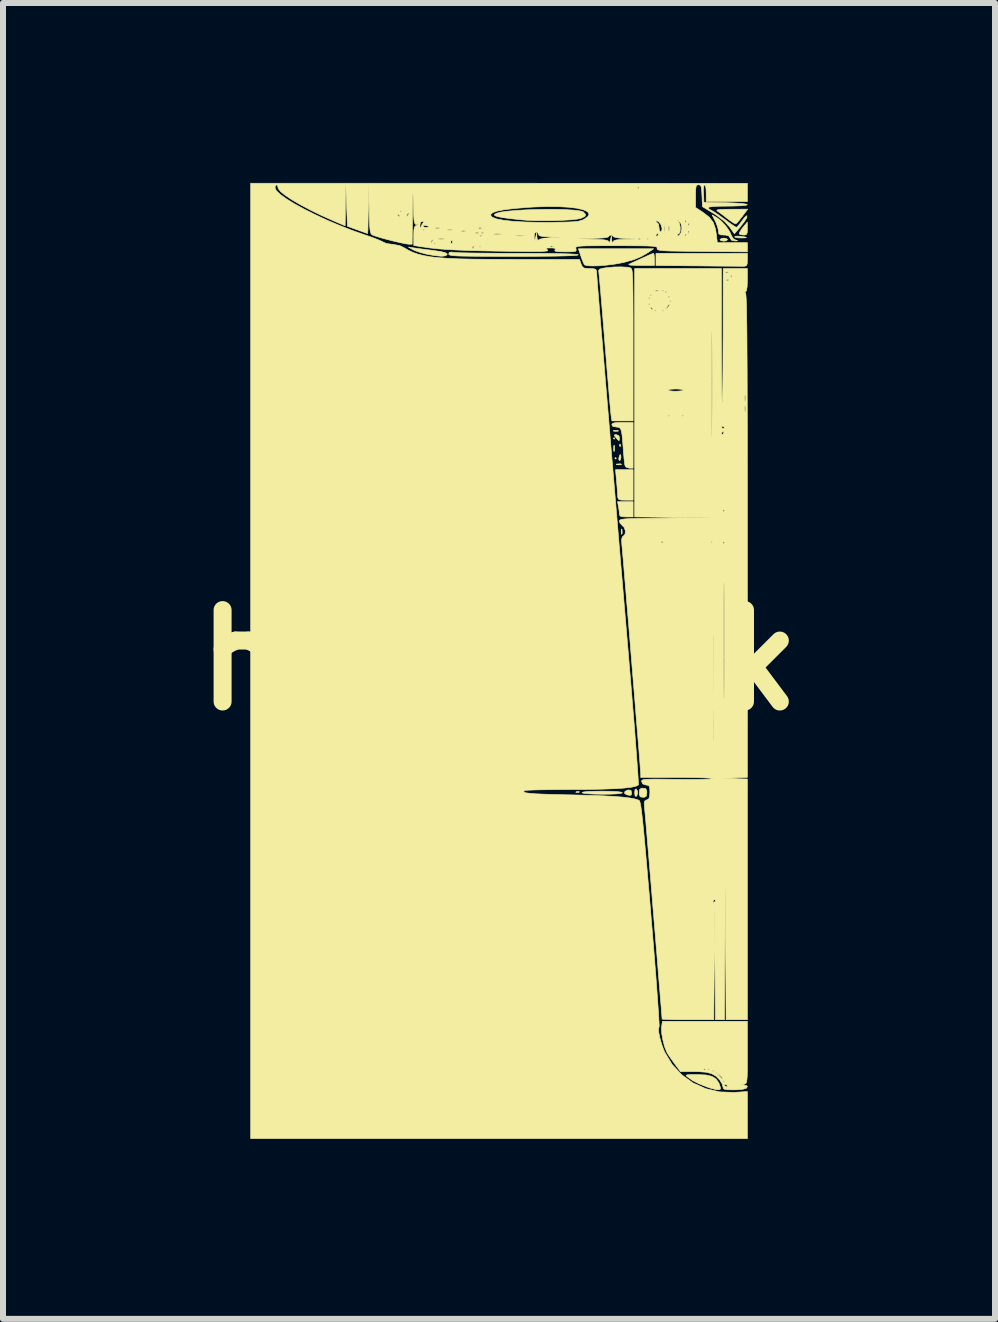
<source format=kicad_pcb>
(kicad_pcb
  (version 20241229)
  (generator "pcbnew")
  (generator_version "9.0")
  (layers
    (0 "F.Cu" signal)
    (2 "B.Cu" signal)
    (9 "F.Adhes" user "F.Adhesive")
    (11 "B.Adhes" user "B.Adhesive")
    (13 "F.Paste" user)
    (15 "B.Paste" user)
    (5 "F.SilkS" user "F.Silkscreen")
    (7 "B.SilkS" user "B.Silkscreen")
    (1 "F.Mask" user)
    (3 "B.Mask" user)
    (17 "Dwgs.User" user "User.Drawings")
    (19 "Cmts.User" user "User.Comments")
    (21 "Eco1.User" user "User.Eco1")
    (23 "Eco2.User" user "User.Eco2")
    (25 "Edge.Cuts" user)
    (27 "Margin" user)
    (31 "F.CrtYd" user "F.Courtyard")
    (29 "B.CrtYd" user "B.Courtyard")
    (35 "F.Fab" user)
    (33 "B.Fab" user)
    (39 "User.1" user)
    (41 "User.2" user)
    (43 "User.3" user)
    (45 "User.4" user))
  (footprint "hien_silk"
    (layer "F.Cu")
    (at 5.269 7.955)
    (property "Reference" "hien_silk" (at 0 0 0) (layer "F.SilkS") (effects (font (size 1.524 1.524) (thickness 0.3))))
    (attr through_hole)
    (fp_poly (pts (xy 1.93 -3.696) (xy 1.918 -3.683) (xy 1.905 -3.696) (xy 1.918 -3.708) (xy 1.93 -3.696)) (stroke (width 0.01) (type solid)) (fill yes) (layer "F.SilkS"))
    (fp_poly (pts (xy 1.956 -3.365) (xy 1.943 -3.353) (xy 1.93 -3.365) (xy 1.943 -3.378) (xy 1.956 -3.365)) (stroke (width 0.01) (type solid)) (fill yes) (layer "F.SilkS"))
    (fp_poly (pts (xy 1.339 2.194) (xy 1.332 2.206) (xy 1.306 2.208) (xy 1.279 2.202) (xy 1.291 2.192) (xy 1.33 2.189) (xy 1.339 2.194)) (stroke (width 0.01) (type solid)) (fill yes) (layer "F.SilkS"))
    (fp_poly (pts (xy 2.024 -3.598) (xy 2.027 -3.568) (xy 2.024 -3.564) (xy 2.008 -3.568) (xy 2.007 -3.581) (xy 2.016 -3.602) (xy 2.024 -3.598)) (stroke (width 0.01) (type solid)) (fill yes) (layer "F.SilkS"))
    (fp_poly (pts (xy 1.923 -3.575) (xy 1.926 -3.511) (xy 1.923 -3.486) (xy 1.915 -3.478) (xy 1.911 -3.513) (xy 1.911 -3.531) (xy 1.914 -3.577) (xy 1.92 -3.582) (xy 1.923 -3.575)) (stroke (width 0.01) (type solid)) (fill yes) (layer "F.SilkS"))
    (fp_poly (pts (xy 1.988 -3.827) (xy 1.989 -3.818) (xy 1.949 -3.815) (xy 1.943 -3.815) (xy 1.904 -3.819) (xy 1.907 -3.826) (xy 1.912 -3.828) (xy 1.967 -3.831) (xy 1.988 -3.827)) (stroke (width 0.01) (type solid)) (fill yes) (layer "F.SilkS"))
    (fp_poly (pts (xy 2.03 -3.408) (xy 2.032 -3.378) (xy 2.022 -3.337) (xy 2.009 -3.327) (xy 1.996 -3.348) (xy 1.999 -3.378) (xy 2.014 -3.419) (xy 2.022 -3.429) (xy 2.03 -3.408)) (stroke (width 0.01) (type solid)) (fill yes) (layer "F.SilkS"))
    (fp_poly (pts (xy 2.039 -3.268) (xy 2.04 -3.26) (xy 2 -3.256) (xy 1.994 -3.256) (xy 1.955 -3.26) (xy 1.958 -3.268) (xy 1.963 -3.269) (xy 2.018 -3.273) (xy 2.039 -3.268)) (stroke (width 0.01) (type solid)) (fill yes) (layer "F.SilkS"))
    (fp_poly (pts (xy 2.048 -2.182) (xy 2.05 -2.178) (xy 2.053 -2.122) (xy 2.049 -2.101) (xy 2.04 -2.101) (xy 2.037 -2.14) (xy 2.037 -2.146) (xy 2.041 -2.186) (xy 2.048 -2.182)) (stroke (width 0.01) (type solid)) (fill yes) (layer "F.SilkS"))
    (fp_poly (pts (xy 3.794 -7.027) (xy 3.81 -7.01) (xy 3.788 -6.991) (xy 3.747 -6.985) (xy 3.699 -6.994) (xy 3.683 -7.01) (xy 3.705 -7.029) (xy 3.747 -7.036) (xy 3.794 -7.027)) (stroke (width 0.01) (type solid)) (fill yes) (layer "F.SilkS"))
    (fp_poly (pts (xy 1.998 -3.741) (xy 2.007 -3.708) (xy 2.004 -3.667) (xy 2 -3.658) (xy 1.98 -3.674) (xy 1.949 -3.708) (xy 1.921 -3.745) (xy 1.928 -3.758) (xy 1.956 -3.759) (xy 1.998 -3.741)) (stroke (width 0.01) (type solid)) (fill yes) (layer "F.SilkS"))
    (fp_poly (pts (xy 2.235 -2.388) (xy 2.121 -2.388) (xy 2.049 -2.391) (xy 2.015 -2.405) (xy 2.007 -2.435) (xy 2.002 -2.494) (xy 1.991 -2.562) (xy 1.975 -2.642) (xy 2.235 -2.642) (xy 2.235 -2.388)) (stroke (width 0.01) (type solid)) (fill yes) (layer "F.SilkS"))
    (fp_poly (pts (xy 2.198 2.169) (xy 2.21 2.208) (xy 2.206 2.245) (xy 2.184 2.255) (xy 2.13 2.244) (xy 2.126 2.243) (xy 2.092 2.22) (xy 2.098 2.19) (xy 2.141 2.166) (xy 2.155 2.164) (xy 2.198 2.169)) (stroke (width 0.01) (type solid)) (fill yes) (layer "F.SilkS"))
    (fp_poly (pts (xy 2.286 2.146) (xy 2.308 2.182) (xy 2.311 2.21) (xy 2.299 2.258) (xy 2.286 2.273) (xy 2.268 2.263) (xy 2.261 2.214) (xy 2.261 2.21) (xy 2.267 2.158) (xy 2.285 2.146) (xy 2.286 2.146)) (stroke (width 0.01) (type solid)) (fill yes) (layer "F.SilkS"))
    (fp_poly (pts (xy 4.009 -7.067) (xy 4.09 -7.057) (xy 4.125 -7.048) (xy 4.111 -7.041) (xy 4.048 -7.038) (xy 4.046 -7.038) (xy 3.978 -7.041) (xy 3.934 -7.051) (xy 3.928 -7.056) (xy 3.941 -7.067) (xy 3.991 -7.068) (xy 4.009 -7.067)) (stroke (width 0.01) (type solid)) (fill yes) (layer "F.SilkS"))
    (fp_poly (pts (xy 4.14 -7.195) (xy 4.137 -7.126) (xy 4.123 -7.095) (xy 4.089 -7.087) (xy 4.078 -7.087) (xy 4.026 -7.094) (xy 4.004 -7.106) (xy 4.012 -7.135) (xy 4.044 -7.187) (xy 4.065 -7.214) (xy 4.139 -7.303) (xy 4.14 -7.195)) (stroke (width 0.01) (type solid)) (fill yes) (layer "F.SilkS"))
    (fp_poly (pts (xy 2.235 -2.667) (xy 2.108 -2.667) (xy 2.032 -2.669) (xy 1.994 -2.68) (xy 1.981 -2.706) (xy 1.979 -2.724) (xy 1.976 -2.777) (xy 1.97 -2.862) (xy 1.961 -2.964) (xy 1.96 -2.978) (xy 1.942 -3.175) (xy 2.235 -3.175) (xy 2.235 -2.667)) (stroke (width 0.01) (type solid)) (fill yes) (layer "F.SilkS"))
    (fp_poly (pts (xy 2.446 2.142) (xy 2.462 2.177) (xy 2.464 2.21) (xy 2.457 2.264) (xy 2.428 2.284) (xy 2.4 2.286) (xy 2.355 2.278) (xy 2.338 2.243) (xy 2.337 2.21) (xy 2.344 2.155) (xy 2.373 2.135) (xy 2.4 2.134) (xy 2.446 2.142)) (stroke (width 0.01) (type solid)) (fill yes) (layer "F.SilkS"))
    (fp_poly (pts (xy 4.14 -6.674) (xy 4.137 -6.606) (xy 4.123 -6.575) (xy 4.088 -6.566) (xy 4.07 -6.566) (xy 4.027 -6.566) (xy 3.94 -6.567) (xy 3.817 -6.568) (xy 3.666 -6.569) (xy 3.494 -6.571) (xy 3.308 -6.573) (xy 2.616 -6.579) (xy 2.616 -6.782) (xy 4.14 -6.782) (xy 4.14 -6.674)) (stroke (width 0.01) (type solid)) (fill yes) (layer "F.SilkS"))
    (fp_poly (pts (xy 1.858 2.186) (xy 1.967 2.191) (xy 2.035 2.2) (xy 2.057 2.21) (xy 2.033 2.221) (xy 1.963 2.229) (xy 1.853 2.234) (xy 1.729 2.235) (xy 1.595 2.233) (xy 1.487 2.228) (xy 1.414 2.22) (xy 1.384 2.21) (xy 1.401 2.199) (xy 1.467 2.19) (xy 1.58 2.186) (xy 1.713 2.184) (xy 1.858 2.186)) (stroke (width 0.01) (type solid)) (fill yes) (layer "F.SilkS"))
    (fp_poly (pts (xy 2.585 -6.759) (xy 2.59 -6.703) (xy 2.591 -6.68) (xy 2.591 -6.579) (xy 2.356 -6.58) (xy 2.248 -6.582) (xy 2.186 -6.586) (xy 2.163 -6.593) (xy 2.175 -6.605) (xy 2.184 -6.609) (xy 2.24 -6.634) (xy 2.323 -6.672) (xy 2.403 -6.709) (xy 2.484 -6.746) (xy 2.546 -6.772) (xy 2.575 -6.782) (xy 2.585 -6.759)) (stroke (width 0.01) (type solid)) (fill yes) (layer "F.SilkS"))
    (fp_poly (pts (xy 4.056 -7.399) (xy 4.005 -7.333) (xy 3.964 -7.287) (xy 3.946 -7.273) (xy 3.916 -7.285) (xy 3.861 -7.321) (xy 3.807 -7.361) (xy 3.734 -7.418) (xy 3.671 -7.465) (xy 3.642 -7.485) (xy 3.629 -7.499) (xy 3.646 -7.508) (xy 3.697 -7.513) (xy 3.79 -7.516) (xy 3.87 -7.517) (xy 4.145 -7.518) (xy 4.056 -7.399)) (stroke (width 0.01) (type solid)) (fill yes) (layer "F.SilkS"))
    (fp_poly (pts (xy 2.487 -6.797) (xy 2.374 -6.73) (xy 2.25 -6.678) (xy 2.097 -6.635) (xy 2.028 -6.62) (xy 1.91 -6.599) (xy 1.784 -6.584) (xy 1.662 -6.574) (xy 1.554 -6.572) (xy 1.472 -6.576) (xy 1.428 -6.588) (xy 1.424 -6.591) (xy 1.405 -6.629) (xy 1.378 -6.696) (xy 1.364 -6.737) (xy 1.324 -6.858) (xy 2.577 -6.858) (xy 2.487 -6.797)) (stroke (width 0.01) (type solid)) (fill yes) (layer "F.SilkS"))
    (fp_poly (pts (xy -1.422 -6.873) (xy -1.357 -6.863) (xy -1.258 -6.85) (xy -1.144 -6.836) (xy -1.099 -6.83) (xy -0.977 -6.812) (xy -0.901 -6.794) (xy -0.867 -6.775) (xy -0.864 -6.766) (xy -0.887 -6.742) (xy -0.953 -6.733) (xy -1.058 -6.742) (xy -1.196 -6.766) (xy -1.21 -6.769) (xy -1.307 -6.794) (xy -1.394 -6.824) (xy -1.439 -6.844) (xy -1.511 -6.886) (xy -1.422 -6.873)) (stroke (width 0.01) (type solid)) (fill yes) (layer "F.SilkS"))
    (fp_poly (pts (xy 3.449 6.915) (xy 3.549 6.938) (xy 3.617 6.981) (xy 3.664 7.048) (xy 3.679 7.086) (xy 3.694 7.139) (xy 3.683 7.159) (xy 3.65 7.162) (xy 3.594 7.153) (xy 3.514 7.131) (xy 3.466 7.115) (xy 3.333 7.062) (xy 3.232 7.011) (xy 3.153 6.956) (xy 3.125 6.933) (xy 3.119 6.919) (xy 3.142 6.912) (xy 3.201 6.909) (xy 3.304 6.909) (xy 3.308 6.909) (xy 3.449 6.915)) (stroke (width 0.01) (type solid)) (fill yes) (layer "F.SilkS"))
    (fp_poly (pts (xy 2.235 -3.2) (xy 2.173 -3.2) (xy 2.118 -3.217) (xy 2.099 -3.245) (xy 2.092 -3.289) (xy 2.083 -3.37) (xy 2.074 -3.473) (xy 2.071 -3.518) (xy 2.06 -3.661) (xy 2.05 -3.762) (xy 2.038 -3.827) (xy 2.021 -3.864) (xy 1.997 -3.881) (xy 1.964 -3.886) (xy 1.954 -3.886) (xy 1.895 -3.898) (xy 1.88 -3.924) (xy 1.89 -3.945) (xy 1.928 -3.957) (xy 2.002 -3.962) (xy 2.057 -3.962) (xy 2.235 -3.962) (xy 2.235 -3.2)) (stroke (width 0.01) (type solid)) (fill yes) (layer "F.SilkS"))
    (fp_poly (pts (xy 3.634 -7.375) (xy 3.708 -7.317) (xy 3.783 -7.234) (xy 3.845 -7.144) (xy 3.877 -7.071) (xy 3.91 -7.021) (xy 3.946 -7.003) (xy 3.977 -6.995) (xy 3.962 -6.99) (xy 3.934 -6.988) (xy 3.876 -7) (xy 3.853 -7.036) (xy 3.83 -7.072) (xy 3.778 -7.086) (xy 3.749 -7.087) (xy 3.688 -7.091) (xy 3.662 -7.111) (xy 3.658 -7.151) (xy 3.646 -7.214) (xy 3.617 -7.293) (xy 3.605 -7.319) (xy 3.552 -7.422) (xy 3.634 -7.375)) (stroke (width 0.01) (type solid)) (fill yes) (layer "F.SilkS"))
    (fp_poly (pts (xy 0.947 -7.515) (xy 1.101 -7.511) (xy 1.232 -7.503) (xy 1.333 -7.492) (xy 1.395 -7.477) (xy 1.406 -7.471) (xy 1.442 -7.431) (xy 1.435 -7.401) (xy 1.381 -7.372) (xy 1.365 -7.366) (xy 1.302 -7.352) (xy 1.199 -7.341) (xy 1.067 -7.333) (xy 0.917 -7.327) (xy 0.76 -7.326) (xy 0.607 -7.327) (xy 0.468 -7.333) (xy 0.394 -7.339) (xy 0.209 -7.358) (xy 0.072 -7.376) (xy -0.02 -7.393) (xy -0.069 -7.41) (xy -0.079 -7.427) (xy -0.051 -7.446) (xy -0.041 -7.45) (xy 0.031 -7.469) (xy 0.141 -7.484) (xy 0.278 -7.496) (xy 0.436 -7.506) (xy 0.606 -7.512) (xy 0.779 -7.515) (xy 0.947 -7.515)) (stroke (width 0.01) (type solid)) (fill yes) (layer "F.SilkS"))
    (fp_poly (pts (xy -0.759 -6.798) (xy -0.716 -6.794) (xy -0.629 -6.791) (xy -0.503 -6.788) (xy -0.344 -6.786) (xy -0.158 -6.784) (xy 0.048 -6.782) (xy 0.269 -6.782) (xy 0.321 -6.782) (xy 0.602 -6.781) (xy 0.838 -6.779) (xy 1.029 -6.776) (xy 1.173 -6.772) (xy 1.269 -6.766) (xy 1.316 -6.76) (xy 1.321 -6.756) (xy 1.296 -6.749) (xy 1.221 -6.744) (xy 1.097 -6.739) (xy 0.925 -6.735) (xy 0.707 -6.733) (xy 0.444 -6.731) (xy 0.241 -6.731) (xy -0.022 -6.731) (xy -0.24 -6.732) (xy -0.415 -6.733) (xy -0.553 -6.735) (xy -0.657 -6.737) (xy -0.733 -6.741) (xy -0.785 -6.746) (xy -0.817 -6.752) (xy -0.833 -6.76) (xy -0.838 -6.77) (xy -0.838 -6.772) (xy -0.828 -6.799) (xy -0.788 -6.803) (xy -0.759 -6.798)) (stroke (width 0.01) (type solid)) (fill yes) (layer "F.SilkS"))
    (fp_poly (pts (xy 2.139 -6.55) (xy 2.187 -6.54) (xy 2.198 -6.535) (xy 2.207 -6.524) (xy 2.215 -6.503) (xy 2.221 -6.469) (xy 2.225 -6.417) (xy 2.229 -6.342) (xy 2.231 -6.241) (xy 2.233 -6.109) (xy 2.234 -5.942) (xy 2.235 -5.736) (xy 2.235 -5.486) (xy 2.235 -5.256) (xy 2.235 -3.988) (xy 1.882 -3.988) (xy 1.869 -4.07) (xy 1.864 -4.113) (xy 1.856 -4.2) (xy 1.844 -4.326) (xy 1.831 -4.487) (xy 1.815 -4.675) (xy 1.797 -4.886) (xy 1.779 -5.115) (xy 1.766 -5.271) (xy 1.747 -5.506) (xy 1.729 -5.728) (xy 1.712 -5.93) (xy 1.697 -6.107) (xy 1.684 -6.254) (xy 1.674 -6.365) (xy 1.667 -6.435) (xy 1.665 -6.456) (xy 1.661 -6.496) (xy 1.677 -6.518) (xy 1.723 -6.532) (xy 1.784 -6.541) (xy 1.912 -6.554) (xy 2.036 -6.556) (xy 2.139 -6.55)) (stroke (width 0.01) (type solid)) (fill yes) (layer "F.SilkS"))
    (fp_poly (pts (xy 4.14 6.539) (xy 4.14 6.713) (xy 4.139 6.844) (xy 4.137 6.937) (xy 4.132 6.998) (xy 4.125 7.036) (xy 4.114 7.056) (xy 4.099 7.065) (xy 4.083 7.069) (xy 4.026 7.08) (xy 4.083 7.083) (xy 4.128 7.094) (xy 4.14 7.109) (xy 4.121 7.137) (xy 4.062 7.154) (xy 3.959 7.162) (xy 3.897 7.163) (xy 3.808 7.161) (xy 3.758 7.153) (xy 3.737 7.137) (xy 3.734 7.115) (xy 3.725 7.085) (xy 3.759 7.085) (xy 3.778 7.111) (xy 3.785 7.112) (xy 3.809 7.103) (xy 3.81 7.101) (xy 3.792 7.079) (xy 3.785 7.074) (xy 3.761 7.076) (xy 3.759 7.085) (xy 3.725 7.085) (xy 3.719 7.063) (xy 3.695 7.023) (xy 3.734 7.023) (xy 3.747 7.036) (xy 3.759 7.023) (xy 3.747 7.01) (xy 3.734 7.023) (xy 3.695 7.023) (xy 3.682 7.002) (xy 3.681 7.001) (xy 3.619 6.936) (xy 3.545 6.893) (xy 3.45 6.869) (xy 3.32 6.859) (xy 3.253 6.858) (xy 3.024 6.858) (xy 3.015 6.845) (xy 3.556 6.845) (xy 3.569 6.858) (xy 3.581 6.845) (xy 3.594 6.845) (xy 3.656 6.915) (xy 3.705 6.968) (xy 3.729 6.985) (xy 3.734 6.977) (xy 3.717 6.956) (xy 3.675 6.916) (xy 3.664 6.907) (xy 3.594 6.845) (xy 3.581 6.845) (xy 3.569 6.833) (xy 3.556 6.845) (xy 3.015 6.845) (xy 2.993 6.816) (xy 3.412 6.816) (xy 3.416 6.831) (xy 3.429 6.833) (xy 3.45 6.823) (xy 3.448 6.82) (xy 3.48 6.82) (xy 3.493 6.833) (xy 3.505 6.82) (xy 3.493 6.807) (xy 3.48 6.82) (xy 3.448 6.82) (xy 3.446 6.816) (xy 3.416 6.813) (xy 3.412 6.816) (xy 2.993 6.816) (xy 2.925 6.725) (xy 2.868 6.646) (xy 2.821 6.576) (xy 2.797 6.536) (xy 2.761 6.446) (xy 2.732 6.334) (xy 2.712 6.222) (xy 2.708 6.13) (xy 2.71 6.109) (xy 2.724 6.02) (xy 4.14 6.02) (xy 4.14 6.539)) (stroke (width 0.01) (type solid)) (fill yes) (layer "F.SilkS"))
    (fp_poly (pts (xy 4.14 -6.528) (xy 4.14 -6.339) (xy 4.136 -6.224) (xy 4.123 -6.157) (xy 4.108 -6.138) (xy 4.09 -6.127) (xy 4.108 -6.123) (xy 4.112 -6.113) (xy 4.116 -6.083) (xy 4.12 -6.03) (xy 4.123 -5.953) (xy 4.126 -5.849) (xy 4.128 -5.717) (xy 4.131 -5.555) (xy 4.133 -5.36) (xy 4.134 -5.132) (xy 4.136 -4.867) (xy 4.137 -4.565) (xy 4.138 -4.222) (xy 4.139 -3.837) (xy 4.139 -3.409) (xy 4.14 -2.935) (xy 4.14 -2.413) (xy 4.14 -2.084) (xy 4.14 1.954) (xy 3.931 1.962) (xy 3.721 1.971) (xy 3.931 1.976) (xy 4.14 1.981) (xy 4.14 5.994) (xy 3.785 5.994) (xy 3.778 4.858) (xy 3.771 3.721) (xy 3.765 4.858) (xy 3.759 5.994) (xy 3.607 5.994) (xy 3.593 4.102) (xy 3.581 5.994) (xy 3.15 5.994) (xy 3.008 5.994) (xy 2.886 5.992) (xy 2.791 5.989) (xy 2.733 5.986) (xy 2.718 5.983) (xy 2.716 5.952) (xy 2.71 5.876) (xy 2.701 5.759) (xy 2.688 5.607) (xy 2.673 5.424) (xy 2.656 5.216) (xy 2.638 4.987) (xy 2.618 4.743) (xy 2.597 4.489) (xy 2.575 4.23) (xy 2.557 4.013) (xy 3.569 4.013) (xy 3.571 4.037) (xy 3.58 4.039) (xy 3.606 4.02) (xy 3.607 4.013) (xy 3.598 3.988) (xy 3.596 3.988) (xy 3.574 4.006) (xy 3.569 4.013) (xy 2.557 4.013) (xy 2.554 3.97) (xy 2.533 3.716) (xy 2.512 3.471) (xy 2.493 3.241) (xy 2.475 3.032) (xy 2.46 2.847) (xy 2.447 2.692) (xy 2.436 2.573) (xy 2.429 2.494) (xy 2.426 2.461) (xy 2.42 2.387) (xy 2.428 2.349) (xy 2.454 2.332) (xy 2.463 2.33) (xy 2.496 2.312) (xy 2.511 2.271) (xy 2.515 2.199) (xy 2.512 2.128) (xy 2.499 2.094) (xy 2.47 2.083) (xy 2.454 2.083) (xy 2.398 2.064) (xy 2.38 2.031) (xy 2.377 2.015) (xy 2.382 2.003) (xy 2.4 1.994) (xy 2.437 1.988) (xy 2.5 1.985) (xy 2.594 1.983) (xy 2.725 1.984) (xy 2.898 1.986) (xy 2.974 1.987) (xy 3.144 1.988) (xy 3.295 1.988) (xy 3.421 1.986) (xy 3.515 1.983) (xy 3.57 1.978) (xy 3.581 1.975) (xy 3.557 1.97) (xy 3.489 1.965) (xy 3.384 1.961) (xy 3.249 1.958) (xy 3.091 1.956) (xy 2.972 1.956) (xy 2.362 1.956) (xy 2.362 1.899) (xy 2.36 1.867) (xy 2.354 1.788) (xy 2.345 1.669) (xy 2.333 1.514) (xy 2.318 1.327) (xy 2.3 1.114) (xy 2.281 0.88) (xy 2.261 0.629) (xy 2.248 0.47) (xy 3.568 0.47) (xy 3.568 0.709) (xy 3.568 0.913) (xy 3.569 1.079) (xy 3.57 1.207) (xy 3.57 1.294) (xy 3.571 1.338) (xy 3.572 1.337) (xy 3.574 1.29) (xy 3.575 1.194) (xy 3.575 1.173) (xy 3.577 0.935) (xy 3.578 0.665) (xy 3.578 0.384) (xy 3.577 0.108) (xy 3.576 -0.144) (xy 3.575 -0.249) (xy 3.574 -0.318) (xy 3.746 -0.318) (xy 3.746 -0.065) (xy 3.746 0.152) (xy 3.747 0.333) (xy 3.747 0.474) (xy 3.748 0.576) (xy 3.749 0.635) (xy 3.75 0.65) (xy 3.751 0.618) (xy 3.752 0.539) (xy 3.753 0.462) (xy 3.755 0.212) (xy 3.755 -0.07) (xy 3.756 -0.366) (xy 3.755 -0.659) (xy 3.754 -0.932) (xy 3.753 -1.113) (xy 3.752 -1.221) (xy 3.751 -1.281) (xy 3.749 -1.293) (xy 3.749 -1.26) (xy 3.748 -1.184) (xy 3.747 -1.066) (xy 3.746 -0.909) (xy 3.746 -0.714) (xy 3.746 -0.483) (xy 3.746 -0.318) (xy 3.574 -0.318) (xy 3.574 -0.351) (xy 3.573 -0.404) (xy 3.571 -0.41) (xy 3.57 -0.371) (xy 3.57 -0.289) (xy 3.569 -0.166) (xy 3.568 -0.004) (xy 3.568 0.195) (xy 3.568 0.429) (xy 3.568 0.47) (xy 2.248 0.47) (xy 2.239 0.366) (xy 2.217 0.096) (xy 2.195 -0.176) (xy 2.173 -0.446) (xy 2.151 -0.708) (xy 2.13 -0.957) (xy 2.111 -1.189) (xy 2.093 -1.399) (xy 2.078 -1.582) (xy 2.065 -1.733) (xy 2.055 -1.848) (xy 2.048 -1.921) (xy 2.047 -1.935) (xy 2.045 -1.973) (xy 2.701 -1.973) (xy 2.704 -1.958) (xy 2.718 -1.956) (xy 2.739 -1.965) (xy 2.737 -1.968) (xy 3.531 -1.968) (xy 3.543 -1.956) (xy 3.734 -1.956) (xy 3.743 -1.935) (xy 3.751 -1.939) (xy 3.754 -1.969) (xy 3.751 -1.973) (xy 3.736 -1.969) (xy 3.734 -1.956) (xy 3.543 -1.956) (xy 3.556 -1.968) (xy 3.543 -1.981) (xy 3.531 -1.968) (xy 2.737 -1.968) (xy 2.735 -1.973) (xy 2.705 -1.976) (xy 2.701 -1.973) (xy 2.045 -1.973) (xy 2.044 -2.015) (xy 2.056 -2.056) (xy 2.072 -2.067) (xy 2.102 -2.102) (xy 2.106 -2.158) (xy 2.085 -2.214) (xy 2.057 -2.241) (xy 2.017 -2.284) (xy 2.007 -2.318) (xy 2.01 -2.33) (xy 2.022 -2.34) (xy 2.049 -2.348) (xy 2.096 -2.354) (xy 2.168 -2.359) (xy 2.27 -2.362) (xy 2.408 -2.364) (xy 2.586 -2.366) (xy 2.788 -2.368) (xy 3.569 -2.374) (xy 2.261 -2.388) (xy 2.261 -2.489) (xy 3.734 -2.489) (xy 3.743 -2.468) (xy 3.751 -2.472) (xy 3.754 -2.502) (xy 3.751 -2.506) (xy 3.736 -2.503) (xy 3.734 -2.489) (xy 2.261 -2.489) (xy 2.261 -4.077) (xy 2.819 -4.077) (xy 2.832 -4.064) (xy 2.845 -4.077) (xy 3.048 -4.077) (xy 3.061 -4.064) (xy 3.073 -4.077) (xy 3.061 -4.089) (xy 3.048 -4.077) (xy 2.845 -4.077) (xy 2.832 -4.089) (xy 2.819 -4.077) (xy 2.261 -4.077) (xy 2.261 -4.458) (xy 2.261 -4.502) (xy 2.819 -4.502) (xy 2.842 -4.491) (xy 2.901 -4.484) (xy 2.946 -4.483) (xy 3.019 -4.487) (xy 3.065 -4.495) (xy 3.073 -4.502) (xy 3.051 -4.513) (xy 2.992 -4.52) (xy 2.946 -4.521) (xy 2.874 -4.518) (xy 2.828 -4.509) (xy 2.819 -4.502) (xy 2.261 -4.502) (xy 2.261 -4.597) (xy 3.542 -4.597) (xy 3.543 -4.357) (xy 3.543 -4.152) (xy 3.543 -3.983) (xy 3.544 -3.853) (xy 3.545 -3.764) (xy 3.546 -3.718) (xy 3.547 -3.716) (xy 3.548 -3.761) (xy 3.548 -3.785) (xy 3.708 -3.785) (xy 3.717 -3.76) (xy 3.72 -3.759) (xy 3.741 -3.777) (xy 3.747 -3.785) (xy 3.744 -3.808) (xy 3.735 -3.81) (xy 3.709 -3.792) (xy 3.708 -3.785) (xy 3.548 -3.785) (xy 3.549 -3.854) (xy 3.55 -3.88) (xy 3.55 -3.888) (xy 3.708 -3.888) (xy 3.727 -3.862) (xy 3.734 -3.861) (xy 3.759 -3.869) (xy 3.759 -3.872) (xy 3.741 -3.894) (xy 3.734 -3.899) (xy 3.71 -3.897) (xy 3.708 -3.888) (xy 3.55 -3.888) (xy 3.551 -4.12) (xy 3.552 -4.191) (xy 4.095 -4.191) (xy 4.098 -4.145) (xy 4.105 -4.139) (xy 4.107 -4.147) (xy 4.111 -4.211) (xy 4.107 -4.235) (xy 4.1 -4.243) (xy 4.096 -4.208) (xy 4.095 -4.191) (xy 3.552 -4.191) (xy 3.552 -4.391) (xy 3.553 -4.677) (xy 3.552 -4.957) (xy 3.551 -5.213) (xy 3.55 -5.315) (xy 3.548 -5.418) (xy 3.547 -5.473) (xy 3.546 -5.481) (xy 3.545 -5.444) (xy 3.544 -5.363) (xy 3.544 -5.242) (xy 3.543 -5.081) (xy 3.543 -4.883) (xy 3.542 -4.65) (xy 3.542 -4.597) (xy 2.261 -4.597) (xy 2.261 -5.829) (xy 2.591 -5.829) (xy 2.603 -5.817) (xy 2.616 -5.829) (xy 2.718 -5.829) (xy 2.731 -5.817) (xy 2.743 -5.829) (xy 2.731 -5.842) (xy 2.718 -5.829) (xy 2.616 -5.829) (xy 2.603 -5.842) (xy 2.591 -5.829) (xy 2.261 -5.829) (xy 2.261 -5.886) (xy 2.519 -5.886) (xy 2.525 -5.871) (xy 2.55 -5.844) (xy 2.559 -5.847) (xy 2.775 -5.847) (xy 2.783 -5.849) (xy 2.809 -5.873) (xy 2.839 -5.91) (xy 2.842 -5.929) (xy 2.822 -5.92) (xy 2.797 -5.885) (xy 2.775 -5.847) (xy 2.559 -5.847) (xy 2.565 -5.85) (xy 2.565 -5.853) (xy 2.547 -5.875) (xy 2.536 -5.883) (xy 2.519 -5.886) (xy 2.261 -5.886) (xy 2.261 -5.931) (xy 2.489 -5.931) (xy 2.502 -5.918) (xy 2.515 -5.931) (xy 2.502 -5.944) (xy 2.489 -5.931) (xy 2.261 -5.931) (xy 2.261 -5.982) (xy 2.845 -5.982) (xy 2.857 -5.969) (xy 2.87 -5.982) (xy 2.857 -5.994) (xy 2.845 -5.982) (xy 2.261 -5.982) (xy 2.261 -6.032) (xy 2.489 -6.032) (xy 2.502 -6.02) (xy 2.515 -6.032) (xy 2.502 -6.045) (xy 2.489 -6.032) (xy 2.261 -6.032) (xy 2.261 -6.058) (xy 2.819 -6.058) (xy 2.832 -6.045) (xy 2.845 -6.058) (xy 2.832 -6.071) (xy 2.819 -6.058) (xy 2.261 -6.058) (xy 2.261 -6.083) (xy 2.515 -6.083) (xy 2.527 -6.071) (xy 2.54 -6.083) (xy 2.527 -6.096) (xy 2.515 -6.083) (xy 2.261 -6.083) (xy 2.261 -6.134) (xy 2.769 -6.134) (xy 2.781 -6.121) (xy 2.794 -6.134) (xy 2.781 -6.147) (xy 2.769 -6.134) (xy 2.261 -6.134) (xy 2.261 -6.153) (xy 2.602 -6.153) (xy 2.627 -6.149) (xy 2.66 -6.153) (xy 2.66 -6.16) (xy 2.718 -6.16) (xy 2.731 -6.147) (xy 2.743 -6.16) (xy 2.731 -6.172) (xy 2.718 -6.16) (xy 2.66 -6.16) (xy 2.66 -6.162) (xy 2.626 -6.168) (xy 2.611 -6.164) (xy 2.602 -6.153) (xy 2.261 -6.153) (xy 2.261 -6.528) (xy 3.708 -6.528) (xy 3.708 -5.406) (xy 3.709 -5.173) (xy 3.709 -4.957) (xy 3.711 -4.763) (xy 3.712 -4.596) (xy 3.714 -4.461) (xy 3.716 -4.363) (xy 3.719 -4.308) (xy 3.72 -4.296) (xy 3.723 -4.323) (xy 3.725 -4.369) (xy 4.095 -4.369) (xy 4.098 -4.323) (xy 4.105 -4.317) (xy 4.107 -4.324) (xy 4.111 -4.389) (xy 4.107 -4.413) (xy 4.1 -4.421) (xy 4.096 -4.386) (xy 4.095 -4.369) (xy 3.725 -4.369) (xy 3.725 -4.396) (xy 3.728 -4.509) (xy 3.73 -4.657) (xy 3.732 -4.835) (xy 3.733 -5.038) (xy 3.734 -5.261) (xy 3.735 -5.418) (xy 3.736 -6.342) (xy 3.793 -6.342) (xy 3.797 -6.326) (xy 3.81 -6.325) (xy 3.831 -6.334) (xy 3.827 -6.342) (xy 3.797 -6.345) (xy 3.793 -6.342) (xy 3.736 -6.342) (xy 3.736 -6.401) (xy 3.861 -6.401) (xy 3.87 -6.38) (xy 3.878 -6.384) (xy 3.881 -6.414) (xy 3.878 -6.418) (xy 3.863 -6.414) (xy 3.861 -6.401) (xy 3.736 -6.401) (xy 3.737 -6.458) (xy 3.77 -6.458) (xy 3.795 -6.454) (xy 3.828 -6.458) (xy 3.829 -6.467) (xy 3.795 -6.473) (xy 3.78 -6.469) (xy 3.77 -6.458) (xy 3.737 -6.458) (xy 3.737 -6.528) (xy 3.938 -6.528) (xy 4.14 -6.528)) (stroke (width 0.01) (type solid)) (fill yes) (layer "F.SilkS"))
    (fp_poly (pts (xy 0 -7.95) (xy 4.14 -7.949) (xy 4.14 -7.645) (xy 3.454 -7.645) (xy 3.454 -7.785) (xy 3.45 -7.865) (xy 3.438 -7.915) (xy 3.428 -7.925) (xy 3.413 -7.901) (xy 3.407 -7.835) (xy 3.409 -7.779) (xy 3.416 -7.633) (xy 3.778 -7.626) (xy 3.939 -7.62) (xy 4.053 -7.612) (xy 4.12 -7.602) (xy 4.14 -7.592) (xy 4.111 -7.582) (xy 4.034 -7.575) (xy 3.907 -7.57) (xy 3.81 -7.569) (xy 3.66 -7.567) (xy 3.557 -7.562) (xy 3.5 -7.552) (xy 3.485 -7.536) (xy 3.509 -7.515) (xy 3.538 -7.5) (xy 3.585 -7.473) (xy 3.659 -7.423) (xy 3.744 -7.361) (xy 3.768 -7.344) (xy 3.848 -7.284) (xy 3.913 -7.24) (xy 3.952 -7.216) (xy 3.957 -7.215) (xy 3.981 -7.234) (xy 4.021 -7.283) (xy 4.047 -7.319) (xy 4.09 -7.375) (xy 4.123 -7.406) (xy 4.133 -7.408) (xy 4.13 -7.375) (xy 4.09 -7.311) (xy 4.016 -7.216) (xy 3.996 -7.192) (xy 3.924 -7.108) (xy 3.845 -7.22) (xy 3.755 -7.318) (xy 3.625 -7.417) (xy 3.578 -7.447) (xy 3.391 -7.56) (xy 3.383 -7.742) (xy 3.378 -7.838) (xy 3.369 -7.893) (xy 3.354 -7.918) (xy 3.329 -7.925) (xy 3.326 -7.925) (xy 3.301 -7.92) (xy 3.286 -7.899) (xy 3.279 -7.85) (xy 3.277 -7.764) (xy 3.277 -7.735) (xy 3.277 -7.546) (xy 3.4 -7.465) (xy 3.505 -7.384) (xy 3.571 -7.297) (xy 3.609 -7.187) (xy 3.622 -7.103) (xy 3.639 -6.96) (xy 4.14 -6.96) (xy 4.14 -6.883) (xy 4.14 -6.806) (xy 3.385 -6.813) (xy 3.169 -6.815) (xy 2.998 -6.818) (xy 2.868 -6.82) (xy 2.773 -6.824) (xy 2.707 -6.829) (xy 2.666 -6.835) (xy 2.644 -6.844) (xy 2.636 -6.854) (xy 2.636 -6.864) (xy 2.636 -6.878) (xy 2.625 -6.888) (xy 2.599 -6.896) (xy 2.551 -6.901) (xy 2.477 -6.905) (xy 2.371 -6.907) (xy 2.227 -6.908) (xy 2.04 -6.909) (xy 1.955 -6.909) (xy 1.751 -6.909) (xy 1.591 -6.908) (xy 1.472 -6.907) (xy 1.387 -6.904) (xy 1.33 -6.899) (xy 1.297 -6.893) (xy 1.282 -6.883) (xy 1.279 -6.871) (xy 1.283 -6.858) (xy 1.287 -6.832) (xy 1.275 -6.817) (xy 1.236 -6.81) (xy 1.161 -6.807) (xy 1.104 -6.807) (xy 1.004 -6.809) (xy 0.948 -6.815) (xy 0.929 -6.826) (xy 0.934 -6.839) (xy 0.94 -6.86) (xy 0.908 -6.87) (xy 0.864 -6.872) (xy 0.804 -6.871) (xy 0.787 -6.861) (xy 0.807 -6.84) (xy 0.809 -6.839) (xy 0.814 -6.829) (xy 0.801 -6.822) (xy 0.764 -6.817) (xy 0.701 -6.813) (xy 0.606 -6.812) (xy 0.475 -6.812) (xy 0.303 -6.814) (xy 0.086 -6.817) (xy 0.013 -6.818) (xy -0.266 -6.823) (xy -0.501 -6.829) (xy -0.699 -6.837) (xy -0.868 -6.846) (xy -1.015 -6.857) (xy -1.036 -6.86) (xy -0.451 -6.86) (xy -0.447 -6.858) (xy -0.424 -6.876) (xy -0.419 -6.883) (xy -0.416 -6.896) (xy -0.33 -6.896) (xy -0.318 -6.883) (xy -0.311 -6.889) (xy 0.849 -6.889) (xy 0.874 -6.885) (xy 0.907 -6.89) (xy 0.908 -6.899) (xy 0.874 -6.905) (xy 0.859 -6.901) (xy 0.849 -6.889) (xy -0.311 -6.889) (xy -0.305 -6.896) (xy -0.318 -6.909) (xy -0.33 -6.896) (xy -0.416 -6.896) (xy -0.413 -6.907) (xy -0.416 -6.909) (xy -0.439 -6.891) (xy -0.445 -6.883) (xy -0.451 -6.86) (xy -1.036 -6.86) (xy -1.147 -6.871) (xy -1.272 -6.889) (xy -1.327 -6.897) (xy -1.422 -6.913) (xy -1.422 -6.947) (xy -1.092 -6.947) (xy -1.079 -6.934) (xy -1.067 -6.947) (xy -1.079 -6.96) (xy -1.092 -6.947) (xy -1.422 -6.947) (xy -1.422 -6.961) (xy -1.137 -6.961) (xy -1.133 -6.96) (xy -1.118 -6.971) (xy -0.804 -6.971) (xy -0.799 -6.937) (xy -0.78 -6.951) (xy -0.776 -6.958) (xy -0.777 -6.99) (xy -0.783 -6.995) (xy -0.802 -6.987) (xy -0.804 -6.971) (xy -1.118 -6.971) (xy -1.11 -6.977) (xy -1.105 -6.985) (xy -1.098 -7.009) (xy -1.102 -7.01) (xy -1.125 -6.993) (xy -1.13 -6.985) (xy -1.137 -6.961) (xy -1.422 -6.961) (xy -1.422 -7.021) (xy -1.018 -7.021) (xy -0.982 -7.017) (xy -0.965 -7.016) (xy -0.919 -7.019) (xy -0.914 -7.026) (xy -0.921 -7.028) (xy -0.985 -7.032) (xy -1.01 -7.028) (xy -1.018 -7.021) (xy -1.422 -7.021) (xy -1.422 -7.058) (xy 0.587 -7.058) (xy 0.587 -7.055) (xy 0.59 -6.972) (xy 0.61 -7.048) (xy 0.629 -7.125) (xy 0.632 -7.048) (xy 0.64 -7.003) (xy 0.654 -7.001) (xy 0.655 -7.003) (xy 0.689 -7.02) (xy 0.716 -7.025) (xy 1.308 -7.025) (xy 1.568 -7.017) (xy 1.687 -7.012) (xy 1.764 -7.005) (xy 1.808 -6.995) (xy 1.828 -6.98) (xy 1.832 -6.965) (xy 1.839 -6.955) (xy 1.852 -6.989) (xy 1.854 -6.998) (xy 1.874 -7.074) (xy 1.88 -6.998) (xy 1.886 -6.956) (xy 1.896 -6.961) (xy 1.897 -6.966) (xy 1.911 -6.989) (xy 1.947 -7.004) (xy 2.013 -7.012) (xy 2.104 -7.016) (xy 2.299 -7.021) (xy 2.146 -7.027) (xy 2.32 -7.027) (xy 2.323 -7.012) (xy 2.337 -7.01) (xy 2.358 -7.02) (xy 2.356 -7.023) (xy 2.464 -7.023) (xy 2.477 -7.01) (xy 2.489 -7.023) (xy 2.477 -7.036) (xy 2.464 -7.023) (xy 2.356 -7.023) (xy 2.354 -7.027) (xy 2.324 -7.03) (xy 2.32 -7.027) (xy 2.146 -7.027) (xy 2.102 -7.029) (xy 2.009 -7.036) (xy 1.94 -7.047) (xy 1.906 -7.059) (xy 1.905 -7.062) (xy 1.884 -7.084) (xy 1.867 -7.087) (xy 2.616 -7.087) (xy 2.625 -7.062) (xy 2.627 -7.061) (xy 2.649 -7.079) (xy 2.652 -7.083) (xy 2.972 -7.083) (xy 2.984 -7.07) (xy 3.01 -7.087) (xy 3.099 -7.087) (xy 3.108 -7.066) (xy 3.116 -7.07) (xy 3.119 -7.1) (xy 3.116 -7.104) (xy 3.101 -7.1) (xy 3.099 -7.087) (xy 3.01 -7.087) (xy 3.037 -7.133) (xy 3.037 -7.137) (xy 3.15 -7.137) (xy 3.159 -7.116) (xy 3.167 -7.12) (xy 3.17 -7.151) (xy 3.167 -7.154) (xy 3.151 -7.151) (xy 3.15 -7.137) (xy 3.037 -7.137) (xy 3.048 -7.2) (xy 3.048 -7.201) (xy 3.036 -7.264) (xy 3.15 -7.264) (xy 3.159 -7.243) (xy 3.167 -7.247) (xy 3.17 -7.278) (xy 3.167 -7.281) (xy 3.151 -7.278) (xy 3.15 -7.264) (xy 3.036 -7.264) (xy 3.034 -7.275) (xy 3.005 -7.315) (xy 3.099 -7.315) (xy 3.108 -7.294) (xy 3.116 -7.298) (xy 3.119 -7.328) (xy 3.116 -7.332) (xy 3.101 -7.329) (xy 3.099 -7.315) (xy 3.005 -7.315) (xy 3.004 -7.317) (xy 2.974 -7.338) (xy 2.981 -7.326) (xy 2.991 -7.315) (xy 3.011 -7.272) (xy 3.021 -7.211) (xy 3.02 -7.153) (xy 3.007 -7.116) (xy 2.997 -7.112) (xy 2.973 -7.092) (xy 2.972 -7.083) (xy 2.652 -7.083) (xy 2.654 -7.087) (xy 2.652 -7.11) (xy 2.643 -7.112) (xy 2.617 -7.094) (xy 2.616 -7.087) (xy 1.867 -7.087) (xy 1.833 -7.073) (xy 1.829 -7.061) (xy 1.805 -7.049) (xy 1.738 -7.039) (xy 1.637 -7.033) (xy 1.568 -7.03) (xy 1.308 -7.025) (xy 0.716 -7.025) (xy 0.761 -7.034) (xy 0.852 -7.042) (xy 1.029 -7.051) (xy 0.845 -7.056) (xy 0.745 -7.061) (xy 0.688 -7.071) (xy 0.663 -7.087) (xy 0.66 -7.099) (xy 0.64 -7.133) (xy 0.622 -7.137) (xy 0.594 -7.119) (xy 0.587 -7.058) (xy -1.422 -7.058) (xy -1.422 -7.074) (xy -1.422 -7.078) (xy -0.322 -7.078) (xy -0.318 -7.063) (xy -0.305 -7.061) (xy -0.284 -7.07) (xy -0.286 -7.074) (xy 0.268 -7.074) (xy 0.296 -7.07) (xy 0.343 -7.068) (xy 0.403 -7.07) (xy 0.425 -7.075) (xy 0.413 -7.079) (xy 0.343 -7.084) (xy 0.286 -7.079) (xy 0.268 -7.074) (xy -0.286 -7.074) (xy -0.288 -7.078) (xy -0.318 -7.081) (xy -0.322 -7.078) (xy -1.422 -7.078) (xy -1.422 -7.098) (xy -0.095 -7.098) (xy -0.063 -7.094) (xy -0.025 -7.094) (xy 0.03 -7.096) (xy 0.045 -7.101) (xy 0.032 -7.105) (xy -0.042 -7.109) (xy -0.083 -7.105) (xy -0.095 -7.098) (xy -1.422 -7.098) (xy -1.421 -7.118) (xy -0.395 -7.118) (xy -0.37 -7.114) (xy -0.337 -7.119) (xy -0.337 -7.127) (xy -0.346 -7.129) (xy -0.296 -7.129) (xy -0.293 -7.114) (xy -0.279 -7.112) (xy -0.258 -7.121) (xy -0.262 -7.129) (xy -0.293 -7.132) (xy -0.296 -7.129) (xy -0.346 -7.129) (xy -0.371 -7.133) (xy -0.386 -7.129) (xy -0.395 -7.118) (xy -1.421 -7.118) (xy -1.42 -7.147) (xy -0.639 -7.147) (xy -0.605 -7.143) (xy -0.597 -7.142) (xy -0.554 -7.145) (xy -0.55 -7.153) (xy -0.552 -7.154) (xy -0.602 -7.159) (xy -0.628 -7.155) (xy -0.639 -7.147) (xy -1.42 -7.147) (xy -1.42 -7.165) (xy -1.418 -7.176) (xy -1.27 -7.176) (xy -1.257 -7.163) (xy -1.248 -7.172) (xy -0.867 -7.172) (xy -0.833 -7.168) (xy -0.826 -7.168) (xy -0.782 -7.17) (xy -0.778 -7.178) (xy -0.781 -7.179) (xy -0.831 -7.184) (xy -0.857 -7.18) (xy -0.867 -7.172) (xy -1.248 -7.172) (xy -1.245 -7.176) (xy -1.257 -7.188) (xy -1.27 -7.176) (xy -1.418 -7.176) (xy -1.41 -7.217) (xy -1.391 -7.242) (xy -1.378 -7.247) (xy -1.348 -7.256) (xy -1.318 -7.256) (xy -1.317 -7.233) (xy -1.314 -7.183) (xy -1.309 -7.181) (xy -1.306 -7.198) (xy -1.07 -7.198) (xy -1.037 -7.193) (xy -1.029 -7.193) (xy -1.011 -7.194) (xy -0.345 -7.194) (xy -0.32 -7.19) (xy -0.287 -7.195) (xy -0.286 -7.204) (xy -0.32 -7.21) (xy -0.335 -7.206) (xy -0.345 -7.194) (xy -1.011 -7.194) (xy -0.985 -7.196) (xy -0.982 -7.204) (xy -0.984 -7.205) (xy -1.034 -7.21) (xy -1.06 -7.206) (xy -1.07 -7.198) (xy -1.306 -7.198) (xy -1.302 -7.214) (xy -1.294 -7.237) (xy -1.27 -7.237) (xy -1.249 -7.218) (xy -1.219 -7.214) (xy -1.178 -7.218) (xy -1.168 -7.223) (xy -1.189 -7.237) (xy -1.219 -7.246) (xy -1.26 -7.248) (xy -1.27 -7.237) (xy -1.294 -7.237) (xy -1.282 -7.269) (xy -1.261 -7.296) (xy -1.253 -7.311) (xy -1.276 -7.315) (xy -1.308 -7.302) (xy -1.318 -7.256) (xy -1.348 -7.256) (xy -1.347 -7.257) (xy -1.366 -7.261) (xy -1.377 -7.261) (xy -1.395 -7.268) (xy -1.408 -7.29) (xy -1.417 -7.334) (xy -1.423 -7.41) (xy -1.423 -7.418) (xy -0.14 -7.418) (xy -0.115 -7.385) (xy -0.042 -7.356) (xy 0.076 -7.333) (xy 0.237 -7.315) (xy 0.437 -7.304) (xy 0.675 -7.298) (xy 0.851 -7.298) (xy 1.025 -7.301) (xy 1.157 -7.304) (xy 1.253 -7.309) (xy 1.323 -7.317) (xy 1.33 -7.319) (xy 2.616 -7.319) (xy 2.633 -7.291) (xy 2.642 -7.29) (xy 2.659 -7.268) (xy 2.667 -7.215) (xy 2.667 -7.214) (xy 2.674 -7.16) (xy 2.692 -7.137) (xy 2.692 -7.137) (xy 2.712 -7.159) (xy 2.718 -7.197) (xy 2.717 -7.201) (xy 2.751 -7.201) (xy 2.752 -7.133) (xy 2.756 -7.104) (xy 2.761 -7.118) (xy 2.766 -7.195) (xy 2.765 -7.201) (xy 2.824 -7.201) (xy 2.827 -7.158) (xy 2.835 -7.154) (xy 2.836 -7.156) (xy 2.841 -7.206) (xy 2.837 -7.232) (xy 2.829 -7.243) (xy 2.825 -7.209) (xy 2.824 -7.201) (xy 2.765 -7.201) (xy 2.762 -7.27) (xy 2.756 -7.291) (xy 2.753 -7.267) (xy 2.751 -7.202) (xy 2.751 -7.201) (xy 2.717 -7.201) (xy 2.7 -7.259) (xy 2.667 -7.303) (xy 2.63 -7.327) (xy 2.616 -7.319) (xy 1.33 -7.319) (xy 1.372 -7.329) (xy 1.41 -7.344) (xy 1.416 -7.348) (xy 1.482 -7.395) (xy 1.501 -7.438) (xy 1.475 -7.476) (xy 1.408 -7.507) (xy 1.304 -7.533) (xy 1.165 -7.55) (xy 0.995 -7.56) (xy 0.797 -7.562) (xy 0.574 -7.554) (xy 0.45 -7.546) (xy 0.244 -7.528) (xy 0.085 -7.509) (xy -0.029 -7.487) (xy -0.102 -7.462) (xy -0.136 -7.433) (xy -0.14 -7.418) (xy -1.423 -7.418) (xy -1.427 -7.525) (xy -1.429 -7.601) (xy -1.431 -7.703) (xy -1.434 -7.763) (xy -1.436 -7.779) (xy -1.437 -7.75) (xy -1.439 -7.674) (xy -1.441 -7.549) (xy -1.442 -7.436) (xy -1.448 -6.934) (xy -1.506 -6.934) (xy -1.558 -6.941) (xy -1.644 -6.959) (xy -1.752 -6.984) (xy -1.866 -7.013) (xy -1.973 -7.042) (xy -2.06 -7.069) (xy -2.111 -7.088) (xy -2.113 -7.089) (xy -2.13 -7.103) (xy -2.142 -7.13) (xy -2.151 -7.177) (xy -2.157 -7.251) (xy -2.162 -7.361) (xy -2.163 -7.435) (xy -1.698 -7.435) (xy -1.692 -7.421) (xy -1.666 -7.393) (xy -1.663 -7.395) (xy -1.543 -7.395) (xy -1.524 -7.407) (xy -1.521 -7.41) (xy -1.501 -7.443) (xy -1.504 -7.456) (xy -1.522 -7.448) (xy -1.535 -7.424) (xy -1.543 -7.395) (xy -1.663 -7.395) (xy -1.651 -7.399) (xy -1.651 -7.403) (xy -1.669 -7.424) (xy -1.68 -7.432) (xy -1.698 -7.435) (xy -2.163 -7.435) (xy -2.164 -7.48) (xy -1.651 -7.48) (xy -1.638 -7.468) (xy -1.626 -7.48) (xy -1.638 -7.493) (xy -1.651 -7.48) (xy -2.164 -7.48) (xy -2.165 -7.514) (xy -2.165 -7.525) (xy -2.172 -7.874) (xy 2.311 -7.874) (xy 2.321 -7.853) (xy 2.328 -7.857) (xy 2.331 -7.887) (xy 2.328 -7.891) (xy 2.313 -7.887) (xy 2.311 -7.874) (xy -2.172 -7.874) (xy -2.173 -7.938) (xy -2.179 -7.525) (xy -2.181 -7.386) (xy -2.184 -7.268) (xy -2.186 -7.178) (xy -2.189 -7.124) (xy -2.191 -7.112) (xy -2.216 -7.121) (xy -2.276 -7.142) (xy -2.358 -7.172) (xy -2.362 -7.173) (xy -2.527 -7.233) (xy -2.541 -7.585) (xy -2.555 -7.938) (xy -2.56 -7.589) (xy -2.565 -7.241) (xy -2.762 -7.325) (xy -2.959 -7.413) (xy -3.143 -7.503) (xy -3.309 -7.591) (xy -3.451 -7.674) (xy -3.563 -7.748) (xy -3.642 -7.812) (xy -3.68 -7.86) (xy -3.683 -7.874) (xy -3.694 -7.915) (xy -3.708 -7.925) (xy -3.729 -7.904) (xy -3.734 -7.873) (xy -3.711 -7.825) (xy -3.645 -7.762) (xy -3.542 -7.688) (xy -3.408 -7.606) (xy -3.247 -7.518) (xy -3.065 -7.427) (xy -2.868 -7.335) (xy -2.66 -7.247) (xy -2.447 -7.163) (xy -2.235 -7.089) (xy -2.223 -7.085) (xy -2.113 -7.047) (xy -2.018 -7.01) (xy -1.952 -6.981) (xy -1.928 -6.968) (xy -1.878 -6.946) (xy -1.804 -6.935) (xy -1.782 -6.934) (xy -1.653 -6.91) (xy -1.579 -6.873) (xy -1.509 -6.832) (xy -1.436 -6.798) (xy -1.355 -6.769) (xy -1.261 -6.745) (xy -1.151 -6.725) (xy -1.019 -6.71) (xy -0.861 -6.699) (xy -0.672 -6.69) (xy -0.448 -6.685) (xy -0.184 -6.682) (xy 0.123 -6.681) (xy 0.271 -6.68) (xy 1.341 -6.68) (xy 1.368 -6.604) (xy 1.389 -6.557) (xy 1.422 -6.535) (xy 1.482 -6.528) (xy 1.51 -6.528) (xy 1.582 -6.525) (xy 1.616 -6.511) (xy 1.626 -6.482) (xy 1.626 -6.476) (xy 1.628 -6.444) (xy 1.634 -6.365) (xy 1.643 -6.24) (xy 1.657 -6.067) (xy 1.675 -5.847) (xy 1.697 -5.579) (xy 1.724 -5.264) (xy 1.754 -4.9) (xy 1.788 -4.488) (xy 1.827 -4.027) (xy 1.869 -3.517) (xy 1.916 -2.958) (xy 1.967 -2.349) (xy 2.022 -1.691) (xy 2.082 -0.983) (xy 2.146 -0.224) (xy 2.173 0.099) (xy 2.199 0.41) (xy 2.223 0.706) (xy 2.246 0.983) (xy 2.266 1.238) (xy 2.283 1.467) (xy 2.298 1.665) (xy 2.31 1.829) (xy 2.318 1.955) (xy 2.323 2.039) (xy 2.324 2.078) (xy 2.323 2.08) (xy 2.283 2.101) (xy 2.206 2.118) (xy 2.09 2.132) (xy 1.934 2.143) (xy 1.733 2.15) (xy 1.486 2.155) (xy 1.237 2.156) (xy 1.042 2.157) (xy 0.863 2.159) (xy 0.707 2.161) (xy 0.579 2.164) (xy 0.488 2.168) (xy 0.437 2.171) (xy 0.43 2.173) (xy 0.413 2.188) (xy 0.416 2.2) (xy 0.445 2.211) (xy 0.503 2.219) (xy 0.594 2.227) (xy 0.722 2.233) (xy 0.891 2.239) (xy 1.105 2.244) (xy 1.213 2.246) (xy 1.49 2.253) (xy 1.721 2.261) (xy 1.909 2.271) (xy 2.059 2.283) (xy 2.175 2.297) (xy 2.262 2.313) (xy 2.322 2.332) (xy 2.337 2.339) (xy 2.345 2.351) (xy 2.353 2.38) (xy 2.363 2.429) (xy 2.373 2.502) (xy 2.385 2.602) (xy 2.399 2.731) (xy 2.415 2.892) (xy 2.433 3.09) (xy 2.454 3.327) (xy 2.478 3.605) (xy 2.506 3.928) (xy 2.531 4.234) (xy 2.556 4.537) (xy 2.58 4.825) (xy 2.601 5.095) (xy 2.62 5.341) (xy 2.636 5.56) (xy 2.649 5.749) (xy 2.66 5.903) (xy 2.666 6.018) (xy 2.67 6.09) (xy 2.668 6.116) (xy 2.658 6.145) (xy 2.663 6.209) (xy 2.681 6.297) (xy 2.709 6.395) (xy 2.744 6.493) (xy 2.763 6.537) (xy 2.886 6.74) (xy 3.044 6.911) (xy 3.232 7.047) (xy 3.445 7.143) (xy 3.676 7.197) (xy 3.92 7.206) (xy 3.931 7.205) (xy 4.14 7.191) (xy 4.14 7.976) (xy -4.14 7.976) (xy -4.14 -7.95) (xy 0 -7.95)) (stroke (width 0.01) (type solid)) (fill yes) (layer "F.SilkS")))
  (gr_rect
    (start -3 -3)
    (end 13.537 18.936)
    (stroke (width 0.1) (type default))
    (fill no)
    (layer "Edge.Cuts")))
</source>
